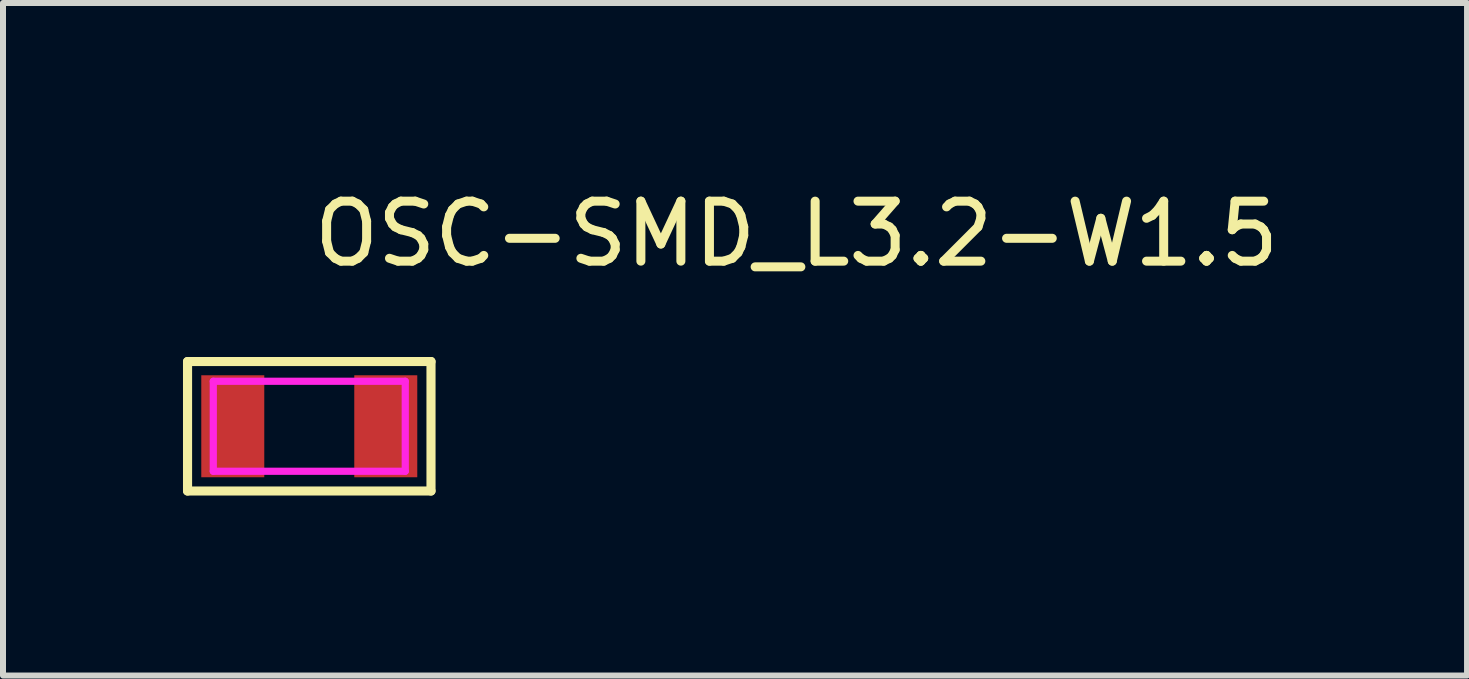
<source format=kicad_pcb>
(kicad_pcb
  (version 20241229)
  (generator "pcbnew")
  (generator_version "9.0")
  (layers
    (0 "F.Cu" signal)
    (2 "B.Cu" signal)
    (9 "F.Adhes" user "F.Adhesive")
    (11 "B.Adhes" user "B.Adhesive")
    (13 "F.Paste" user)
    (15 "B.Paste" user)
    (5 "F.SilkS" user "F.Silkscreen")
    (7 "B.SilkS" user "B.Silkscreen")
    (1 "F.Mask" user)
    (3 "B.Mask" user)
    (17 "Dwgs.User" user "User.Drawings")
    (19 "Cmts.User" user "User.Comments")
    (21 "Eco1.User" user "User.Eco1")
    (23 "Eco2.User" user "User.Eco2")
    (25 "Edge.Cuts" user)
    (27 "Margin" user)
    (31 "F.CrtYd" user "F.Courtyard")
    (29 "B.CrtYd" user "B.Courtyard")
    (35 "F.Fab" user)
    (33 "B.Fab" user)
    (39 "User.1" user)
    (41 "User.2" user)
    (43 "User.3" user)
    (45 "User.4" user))
  (footprint "OSC-SMD_L3.2-W1.5"
    (layer "F.Cu")
    (at 2.105 4.055)
    (property "Reference" "OSC-SMD_L3.2-W1.5" (at 0 -3.207 0) (layer "F.SilkS") (effects (font (size 1 1) (thickness 0.15)) (justify left)))
    (attr through_hole)
    (fp_line (start -2.029 -1.079) (end 2.029 -1.079) (stroke (width 0.152) (type solid)) (layer "F.SilkS"))
    (fp_line (start -2.029 1.079) (end -2.029 -1.079) (stroke (width 0.152) (type solid)) (layer "F.SilkS"))
    (fp_line (start 2.029 -1.079) (end 2.029 1.079) (stroke (width 0.152) (type solid)) (layer "F.SilkS"))
    (fp_line (start 2.029 1.079) (end -2.029 1.079) (stroke (width 0.152) (type solid)) (layer "F.SilkS"))
    (fp_circle (center -1.6 0.75) (end -1.57 0.75) (stroke (width 0.06) (type solid)) (fill no) (layer "Eco2.User"))
    (fp_poly (pts (xy -0.85 0.75) (xy -0.85 -0.75) (xy -1.5 -0.75) (xy -1.5 0.75)) (stroke (width 0.12) (type solid)) (fill no) (layer "Eco2.User"))
    (fp_poly (pts (xy 0.85 0.75) (xy 0.85 -0.75) (xy 1.5 -0.75) (xy 1.5 0.75)) (stroke (width 0.12) (type solid)) (fill no) (layer "Eco2.User"))
    (fp_line (start -1.6 -0.75) (end 1.6 -0.75) (stroke (width 0.12) (type solid)) (layer "F.CrtYd"))
    (fp_line (start -1.6 0.75) (end -1.6 -0.75) (stroke (width 0.12) (type solid)) (layer "F.CrtYd"))
    (fp_line (start 1.6 -0.75) (end 1.6 0.75) (stroke (width 0.12) (type solid)) (layer "F.CrtYd"))
    (fp_line (start 1.6 0.75) (end -1.6 0.75) (stroke (width 0.12) (type solid)) (layer "F.CrtYd"))
    (pad "1" smd rect (at -1.275 0) (size 1.05 1.7) (layers "F.Cu" "F.Mask" "F.Paste"))
    (pad "2" smd rect (at 1.275 0) (size 1.05 1.7) (layers "F.Cu" "F.Mask" "F.Paste")))
  (gr_rect
    (start -3 -3)
    (end 21.403 8.21)
    (stroke (width 0.1) (type default))
    (fill no)
    (layer "Edge.Cuts")))
</source>
